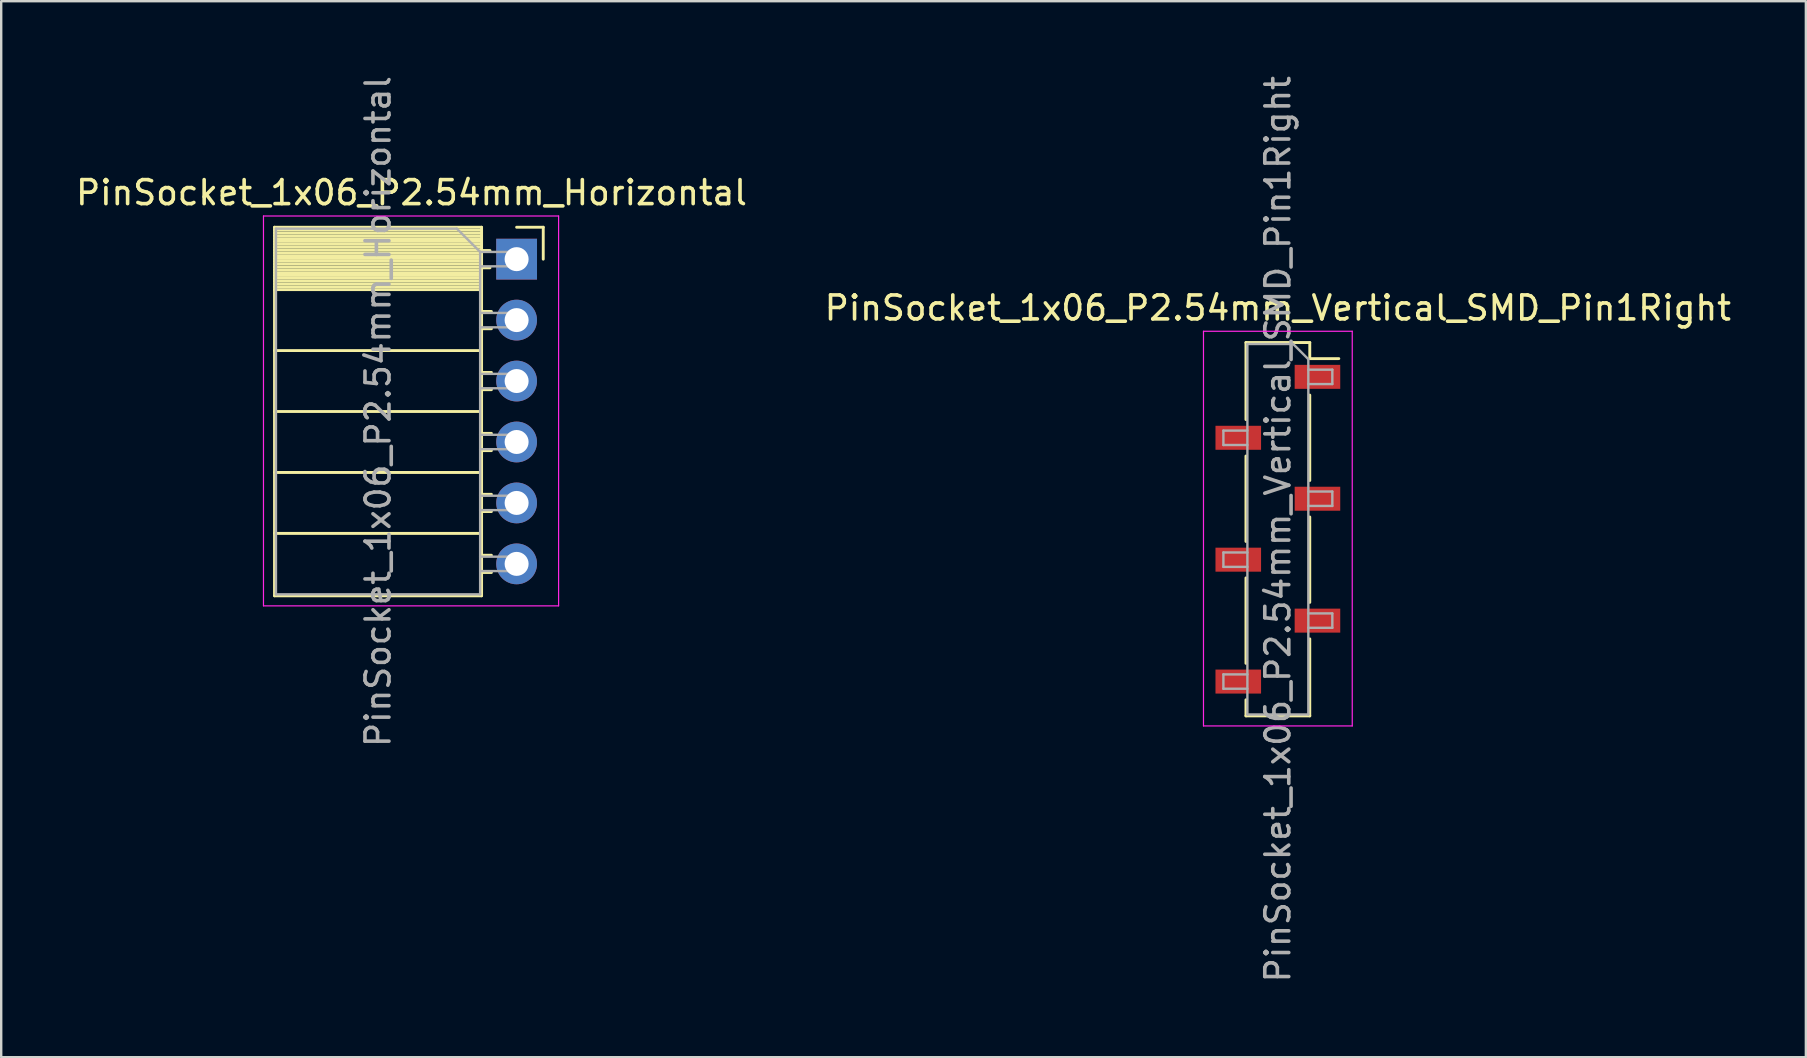
<source format=kicad_pcb>
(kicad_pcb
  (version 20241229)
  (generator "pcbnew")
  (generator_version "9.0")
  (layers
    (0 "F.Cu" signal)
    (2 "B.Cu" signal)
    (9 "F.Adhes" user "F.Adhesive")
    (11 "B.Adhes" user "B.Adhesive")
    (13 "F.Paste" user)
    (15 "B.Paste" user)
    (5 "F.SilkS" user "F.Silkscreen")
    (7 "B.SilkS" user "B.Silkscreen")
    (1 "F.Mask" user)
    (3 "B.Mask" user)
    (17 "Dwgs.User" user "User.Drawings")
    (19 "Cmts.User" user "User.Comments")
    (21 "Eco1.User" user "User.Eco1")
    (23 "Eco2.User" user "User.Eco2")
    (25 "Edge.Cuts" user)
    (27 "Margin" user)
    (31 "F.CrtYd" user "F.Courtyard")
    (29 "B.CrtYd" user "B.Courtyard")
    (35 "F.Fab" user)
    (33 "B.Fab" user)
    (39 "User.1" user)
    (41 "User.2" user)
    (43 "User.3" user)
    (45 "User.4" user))
  (footprint "PinSocket_1x06_P2.54mm_Vertical_SMD_Pin1Right"
    (layer "F.Cu")
    (at 50.208 19.006)
    (property "Reference" "PinSocket_1x06_P2.54mm_Vertical_SMD_Pin1Right" (at 0 -9.22 0) (layer "F.SilkS") (effects (font (size 1 1) (thickness 0.15))))
    (attr smd)
    (fp_line (start -1.33 -7.78) (end -1.33 -4.57) (stroke (width 0.12) (type solid)) (layer "F.SilkS"))
    (fp_line (start -1.33 -7.78) (end 1.33 -7.78) (stroke (width 0.12) (type solid)) (layer "F.SilkS"))
    (fp_line (start -1.33 -3.05) (end -1.33 0.51) (stroke (width 0.12) (type solid)) (layer "F.SilkS"))
    (fp_line (start -1.33 2.03) (end -1.33 5.59) (stroke (width 0.12) (type solid)) (layer "F.SilkS"))
    (fp_line (start -1.33 7.11) (end -1.33 7.78) (stroke (width 0.12) (type solid)) (layer "F.SilkS"))
    (fp_line (start -1.33 7.78) (end 1.33 7.78) (stroke (width 0.12) (type solid)) (layer "F.SilkS"))
    (fp_line (start 1.33 -7.78) (end 1.33 -7.11) (stroke (width 0.12) (type solid)) (layer "F.SilkS"))
    (fp_line (start 1.33 -7.11) (end 2.54 -7.11) (stroke (width 0.12) (type solid)) (layer "F.SilkS"))
    (fp_line (start 1.33 -5.59) (end 1.33 -2.03) (stroke (width 0.12) (type solid)) (layer "F.SilkS"))
    (fp_line (start 1.33 -0.51) (end 1.33 3.05) (stroke (width 0.12) (type solid)) (layer "F.SilkS"))
    (fp_line (start 1.33 4.57) (end 1.33 7.78) (stroke (width 0.12) (type solid)) (layer "F.SilkS"))
    (fp_line (start -3.1 -8.25) (end 3.1 -8.25) (stroke (width 0.05) (type solid)) (layer "F.CrtYd"))
    (fp_line (start -3.1 8.2) (end -3.1 -8.25) (stroke (width 0.05) (type solid)) (layer "F.CrtYd"))
    (fp_line (start 3.1 -8.25) (end 3.1 8.2) (stroke (width 0.05) (type solid)) (layer "F.CrtYd"))
    (fp_line (start 3.1 8.2) (end -3.1 8.2) (stroke (width 0.05) (type solid)) (layer "F.CrtYd"))
    (fp_line (start -2.27 -4.11) (end -1.27 -4.11) (stroke (width 0.1) (type solid)) (layer "F.Fab"))
    (fp_line (start -2.27 -3.51) (end -2.27 -4.11) (stroke (width 0.1) (type solid)) (layer "F.Fab"))
    (fp_line (start -2.27 0.97) (end -1.27 0.97) (stroke (width 0.1) (type solid)) (layer "F.Fab"))
    (fp_line (start -2.27 1.57) (end -2.27 0.97) (stroke (width 0.1) (type solid)) (layer "F.Fab"))
    (fp_line (start -2.27 6.05) (end -1.27 6.05) (stroke (width 0.1) (type solid)) (layer "F.Fab"))
    (fp_line (start -2.27 6.65) (end -2.27 6.05) (stroke (width 0.1) (type solid)) (layer "F.Fab"))
    (fp_line (start -1.27 -7.72) (end 0.635 -7.72) (stroke (width 0.1) (type solid)) (layer "F.Fab"))
    (fp_line (start -1.27 -3.51) (end -2.27 -3.51) (stroke (width 0.1) (type solid)) (layer "F.Fab"))
    (fp_line (start -1.27 1.57) (end -2.27 1.57) (stroke (width 0.1) (type solid)) (layer "F.Fab"))
    (fp_line (start -1.27 6.65) (end -2.27 6.65) (stroke (width 0.1) (type solid)) (layer "F.Fab"))
    (fp_line (start -1.27 7.72) (end -1.27 -7.72) (stroke (width 0.1) (type solid)) (layer "F.Fab"))
    (fp_line (start 0.635 -7.72) (end 1.27 -7.085) (stroke (width 0.1) (type solid)) (layer "F.Fab"))
    (fp_line (start 1.27 -7.085) (end 1.27 7.72) (stroke (width 0.1) (type solid)) (layer "F.Fab"))
    (fp_line (start 1.27 -6.65) (end 2.27 -6.65) (stroke (width 0.1) (type solid)) (layer "F.Fab"))
    (fp_line (start 1.27 -1.57) (end 2.27 -1.57) (stroke (width 0.1) (type solid)) (layer "F.Fab"))
    (fp_line (start 1.27 3.51) (end 2.27 3.51) (stroke (width 0.1) (type solid)) (layer "F.Fab"))
    (fp_line (start 1.27 7.72) (end -1.27 7.72) (stroke (width 0.1) (type solid)) (layer "F.Fab"))
    (fp_line (start 2.27 -6.65) (end 2.27 -6.05) (stroke (width 0.1) (type solid)) (layer "F.Fab"))
    (fp_line (start 2.27 -6.05) (end 1.27 -6.05) (stroke (width 0.1) (type solid)) (layer "F.Fab"))
    (fp_line (start 2.27 -1.57) (end 2.27 -0.97) (stroke (width 0.1) (type solid)) (layer "F.Fab"))
    (fp_line (start 2.27 -0.97) (end 1.27 -0.97) (stroke (width 0.1) (type solid)) (layer "F.Fab"))
    (fp_line (start 2.27 3.51) (end 2.27 4.11) (stroke (width 0.1) (type solid)) (layer "F.Fab"))
    (fp_line (start 2.27 4.11) (end 1.27 4.11) (stroke (width 0.1) (type solid)) (layer "F.Fab"))
    (fp_text user "${REFERENCE}" (at 0 0 90) (layer "F.Fab") (effects (font (size 1 1) (thickness 0.15))))
    (pad "1" smd rect (at 1.65 -6.35) (size 1.9 1) (layers "F.Cu" "F.Mask" "F.Paste"))
    (pad "2" smd rect (at -1.65 -3.81) (size 1.9 1) (layers "F.Cu" "F.Mask" "F.Paste"))
    (pad "3" smd rect (at 1.65 -1.27) (size 1.9 1) (layers "F.Cu" "F.Mask" "F.Paste"))
    (pad "4" smd rect (at -1.65 1.27) (size 1.9 1) (layers "F.Cu" "F.Mask" "F.Paste"))
    (pad "5" smd rect (at 1.65 3.81) (size 1.9 1) (layers "F.Cu" "F.Mask" "F.Paste"))
    (pad "6" smd rect (at -1.65 6.35) (size 1.9 1) (layers "F.Cu" "F.Mask" "F.Paste")))
  (footprint "PinSocket_1x06_P2.54mm_Horizontal"
    (layer "F.Cu")
    (at 18.481 7.751)
    (property "Reference" "PinSocket_1x06_P2.54mm_Horizontal" (at -4.38 -2.77 0) (layer "F.SilkS") (effects (font (size 1 1) (thickness 0.15))))
    (attr through_hole)
    (fp_line (start -10.09 -1.33) (end -10.09 14.03) (stroke (width 0.12) (type solid)) (layer "F.SilkS"))
    (fp_line (start -10.09 -1.33) (end -1.46 -1.33) (stroke (width 0.12) (type solid)) (layer "F.SilkS"))
    (fp_line (start -10.09 -1.21) (end -1.46 -1.21) (stroke (width 0.12) (type solid)) (layer "F.SilkS"))
    (fp_line (start -10.09 -1.092) (end -1.46 -1.092) (stroke (width 0.12) (type solid)) (layer "F.SilkS"))
    (fp_line (start -10.09 -0.974) (end -1.46 -0.974) (stroke (width 0.12) (type solid)) (layer "F.SilkS"))
    (fp_line (start -10.09 -0.856) (end -1.46 -0.856) (stroke (width 0.12) (type solid)) (layer "F.SilkS"))
    (fp_line (start -10.09 -0.738) (end -1.46 -0.738) (stroke (width 0.12) (type solid)) (layer "F.SilkS"))
    (fp_line (start -10.09 -0.62) (end -1.46 -0.62) (stroke (width 0.12) (type solid)) (layer "F.SilkS"))
    (fp_line (start -10.09 -0.501) (end -1.46 -0.501) (stroke (width 0.12) (type solid)) (layer "F.SilkS"))
    (fp_line (start -10.09 -0.383) (end -1.46 -0.383) (stroke (width 0.12) (type solid)) (layer "F.SilkS"))
    (fp_line (start -10.09 -0.265) (end -1.46 -0.265) (stroke (width 0.12) (type solid)) (layer "F.SilkS"))
    (fp_line (start -10.09 -0.147) (end -1.46 -0.147) (stroke (width 0.12) (type solid)) (layer "F.SilkS"))
    (fp_line (start -10.09 -0.029) (end -1.46 -0.029) (stroke (width 0.12) (type solid)) (layer "F.SilkS"))
    (fp_line (start -10.09 0.089) (end -1.46 0.089) (stroke (width 0.12) (type solid)) (layer "F.SilkS"))
    (fp_line (start -10.09 0.207) (end -1.46 0.207) (stroke (width 0.12) (type solid)) (layer "F.SilkS"))
    (fp_line (start -10.09 0.325) (end -1.46 0.325) (stroke (width 0.12) (type solid)) (layer "F.SilkS"))
    (fp_line (start -10.09 0.443) (end -1.46 0.443) (stroke (width 0.12) (type solid)) (layer "F.SilkS"))
    (fp_line (start -10.09 0.561) (end -1.46 0.561) (stroke (width 0.12) (type solid)) (layer "F.SilkS"))
    (fp_line (start -10.09 0.68) (end -1.46 0.68) (stroke (width 0.12) (type solid)) (layer "F.SilkS"))
    (fp_line (start -10.09 0.798) (end -1.46 0.798) (stroke (width 0.12) (type solid)) (layer "F.SilkS"))
    (fp_line (start -10.09 0.916) (end -1.46 0.916) (stroke (width 0.12) (type solid)) (layer "F.SilkS"))
    (fp_line (start -10.09 1.034) (end -1.46 1.034) (stroke (width 0.12) (type solid)) (layer "F.SilkS"))
    (fp_line (start -10.09 1.152) (end -1.46 1.152) (stroke (width 0.12) (type solid)) (layer "F.SilkS"))
    (fp_line (start -10.09 1.27) (end -1.46 1.27) (stroke (width 0.12) (type solid)) (layer "F.SilkS"))
    (fp_line (start -10.09 3.81) (end -1.46 3.81) (stroke (width 0.12) (type solid)) (layer "F.SilkS"))
    (fp_line (start -10.09 6.35) (end -1.46 6.35) (stroke (width 0.12) (type solid)) (layer "F.SilkS"))
    (fp_line (start -10.09 8.89) (end -1.46 8.89) (stroke (width 0.12) (type solid)) (layer "F.SilkS"))
    (fp_line (start -10.09 11.43) (end -1.46 11.43) (stroke (width 0.12) (type solid)) (layer "F.SilkS"))
    (fp_line (start -10.09 14.03) (end -1.46 14.03) (stroke (width 0.12) (type solid)) (layer "F.SilkS"))
    (fp_line (start -1.46 -1.33) (end -1.46 14.03) (stroke (width 0.12) (type solid)) (layer "F.SilkS"))
    (fp_line (start -1.46 -0.36) (end -1.11 -0.36) (stroke (width 0.12) (type solid)) (layer "F.SilkS"))
    (fp_line (start -1.46 0.36) (end -1.11 0.36) (stroke (width 0.12) (type solid)) (layer "F.SilkS"))
    (fp_line (start -1.46 2.18) (end -1.05 2.18) (stroke (width 0.12) (type solid)) (layer "F.SilkS"))
    (fp_line (start -1.46 2.9) (end -1.05 2.9) (stroke (width 0.12) (type solid)) (layer "F.SilkS"))
    (fp_line (start -1.46 4.72) (end -1.05 4.72) (stroke (width 0.12) (type solid)) (layer "F.SilkS"))
    (fp_line (start -1.46 5.44) (end -1.05 5.44) (stroke (width 0.12) (type solid)) (layer "F.SilkS"))
    (fp_line (start -1.46 7.26) (end -1.05 7.26) (stroke (width 0.12) (type solid)) (layer "F.SilkS"))
    (fp_line (start -1.46 7.98) (end -1.05 7.98) (stroke (width 0.12) (type solid)) (layer "F.SilkS"))
    (fp_line (start -1.46 9.8) (end -1.05 9.8) (stroke (width 0.12) (type solid)) (layer "F.SilkS"))
    (fp_line (start -1.46 10.52) (end -1.05 10.52) (stroke (width 0.12) (type solid)) (layer "F.SilkS"))
    (fp_line (start -1.46 12.34) (end -1.05 12.34) (stroke (width 0.12) (type solid)) (layer "F.SilkS"))
    (fp_line (start -1.46 13.06) (end -1.05 13.06) (stroke (width 0.12) (type solid)) (layer "F.SilkS"))
    (fp_line (start 0 -1.33) (end 1.11 -1.33) (stroke (width 0.12) (type solid)) (layer "F.SilkS"))
    (fp_line (start 1.11 -1.33) (end 1.11 0) (stroke (width 0.12) (type solid)) (layer "F.SilkS"))
    (fp_line (start -10.55 -1.8) (end -10.55 14.45) (stroke (width 0.05) (type solid)) (layer "F.CrtYd"))
    (fp_line (start -10.55 14.45) (end 1.75 14.45) (stroke (width 0.05) (type solid)) (layer "F.CrtYd"))
    (fp_line (start 1.75 -1.8) (end -10.55 -1.8) (stroke (width 0.05) (type solid)) (layer "F.CrtYd"))
    (fp_line (start 1.75 14.45) (end 1.75 -1.8) (stroke (width 0.05) (type solid)) (layer "F.CrtYd"))
    (fp_line (start -10.03 -1.27) (end -2.49 -1.27) (stroke (width 0.1) (type solid)) (layer "F.Fab"))
    (fp_line (start -10.03 13.97) (end -10.03 -1.27) (stroke (width 0.1) (type solid)) (layer "F.Fab"))
    (fp_line (start -2.49 -1.27) (end -1.52 -0.3) (stroke (width 0.1) (type solid)) (layer "F.Fab"))
    (fp_line (start -1.52 -0.3) (end -1.52 13.97) (stroke (width 0.1) (type solid)) (layer "F.Fab"))
    (fp_line (start -1.52 0.3) (end 0 0.3) (stroke (width 0.1) (type solid)) (layer "F.Fab"))
    (fp_line (start -1.52 2.84) (end 0 2.84) (stroke (width 0.1) (type solid)) (layer "F.Fab"))
    (fp_line (start -1.52 5.38) (end 0 5.38) (stroke (width 0.1) (type solid)) (layer "F.Fab"))
    (fp_line (start -1.52 7.92) (end 0 7.92) (stroke (width 0.1) (type solid)) (layer "F.Fab"))
    (fp_line (start -1.52 10.46) (end 0 10.46) (stroke (width 0.1) (type solid)) (layer "F.Fab"))
    (fp_line (start -1.52 13) (end 0 13) (stroke (width 0.1) (type solid)) (layer "F.Fab"))
    (fp_line (start -1.52 13.97) (end -10.03 13.97) (stroke (width 0.1) (type solid)) (layer "F.Fab"))
    (fp_line (start 0 -0.3) (end -1.52 -0.3) (stroke (width 0.1) (type solid)) (layer "F.Fab"))
    (fp_line (start 0 0.3) (end 0 -0.3) (stroke (width 0.1) (type solid)) (layer "F.Fab"))
    (fp_line (start 0 2.24) (end -1.52 2.24) (stroke (width 0.1) (type solid)) (layer "F.Fab"))
    (fp_line (start 0 2.84) (end 0 2.24) (stroke (width 0.1) (type solid)) (layer "F.Fab"))
    (fp_line (start 0 4.78) (end -1.52 4.78) (stroke (width 0.1) (type solid)) (layer "F.Fab"))
    (fp_line (start 0 5.38) (end 0 4.78) (stroke (width 0.1) (type solid)) (layer "F.Fab"))
    (fp_line (start 0 7.32) (end -1.52 7.32) (stroke (width 0.1) (type solid)) (layer "F.Fab"))
    (fp_line (start 0 7.92) (end 0 7.32) (stroke (width 0.1) (type solid)) (layer "F.Fab"))
    (fp_line (start 0 9.86) (end -1.52 9.86) (stroke (width 0.1) (type solid)) (layer "F.Fab"))
    (fp_line (start 0 10.46) (end 0 9.86) (stroke (width 0.1) (type solid)) (layer "F.Fab"))
    (fp_line (start 0 12.4) (end -1.52 12.4) (stroke (width 0.1) (type solid)) (layer "F.Fab"))
    (fp_line (start 0 13) (end 0 12.4) (stroke (width 0.1) (type solid)) (layer "F.Fab"))
    (fp_text user "${REFERENCE}" (at -5.775 6.35 90) (layer "F.Fab") (effects (font (size 1 1) (thickness 0.15))))
    (pad "1" thru_hole rect (at 0 0) (size 1.7 1.7) (drill 1) (layers "*.Cu" "*.Mask"))
    (pad "2" thru_hole oval (at 0 2.54) (size 1.7 1.7) (drill 1) (layers "*.Cu" "*.Mask"))
    (pad "3" thru_hole oval (at 0 5.08) (size 1.7 1.7) (drill 1) (layers "*.Cu" "*.Mask"))
    (pad "4" thru_hole oval (at 0 7.62) (size 1.7 1.7) (drill 1) (layers "*.Cu" "*.Mask"))
    (pad "5" thru_hole oval (at 0 10.16) (size 1.7 1.7) (drill 1) (layers "*.Cu" "*.Mask"))
    (pad "6" thru_hole oval (at 0 12.7) (size 1.7 1.7) (drill 1) (layers "*.Cu" "*.Mask")))
  (gr_rect
    (start -3 -3)
    (end 72.214 41.012)
    (stroke (width 0.1) (type default))
    (fill no)
    (layer "Edge.Cuts")))
</source>
